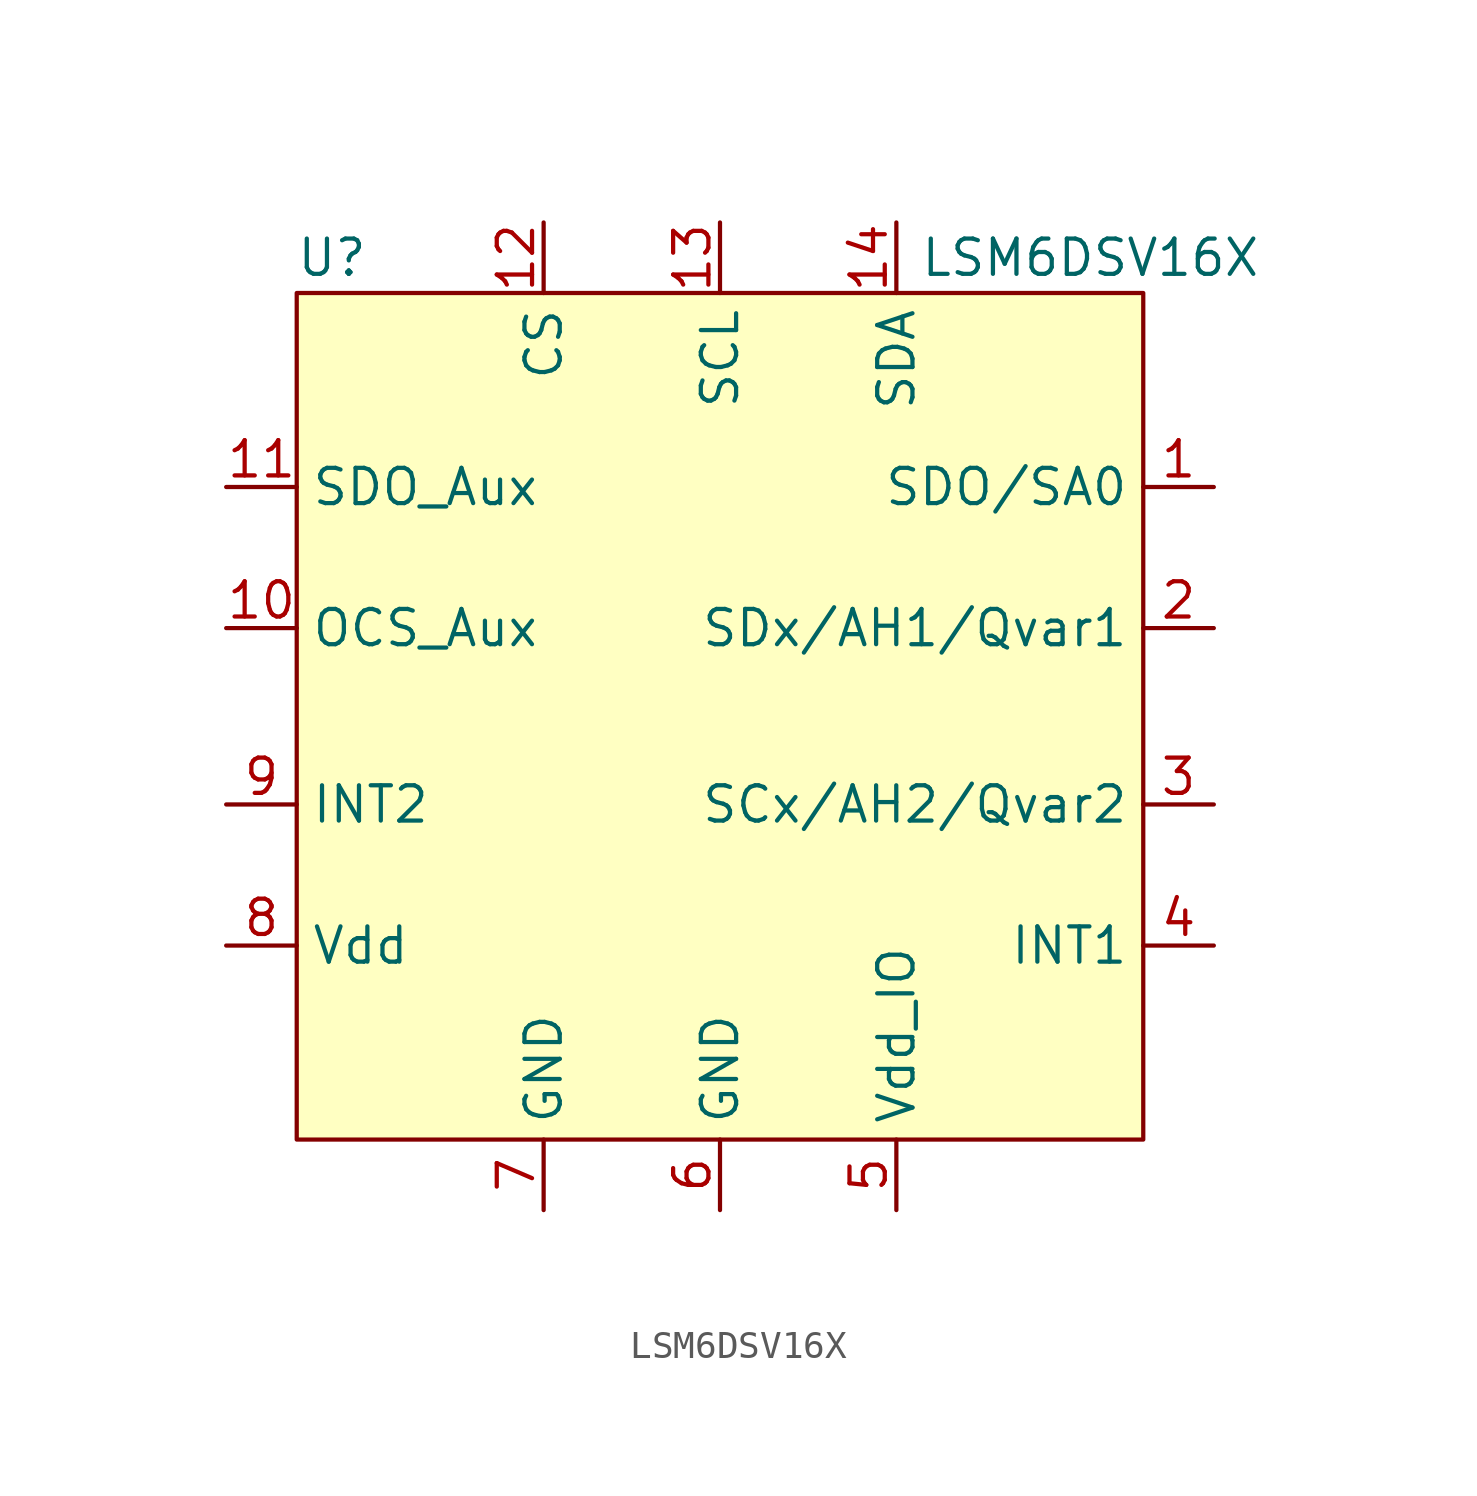
<source format=kicad_sym>
(kicad_symbol_lib
  (version 20220914)
  (generator kicad_symbol_editor)
  (symbol "LSM6DSV16X"
    (property "Reference" "U"
      (at -13.97 16.51 0)
      (effects (font (size 1.27 1.27))))
    (property "Value" "LSM6DSV16X"
      (at 13.335 16.51 0)
      (effects (font (size 1.27 1.27))))
    (symbol "LSM6DSV16X_1_1"
      (rectangle (start -15.24 15.24) (end 15.24 -15.24) (stroke (width 0) (type default)) (fill (type background)))
      (pin bidirectional line (at 17.78 8.255 180) (length 2.54) (name "SDO/SA0" (effects (font (size 1.27 1.27)))) (number "1" (effects (font (size 1.27 1.27)))))
      (pin input line (at -17.78 3.175 0) (length 2.54) (name "OCS_Aux" (effects (font (size 1.27 1.27)))) (number "10" (effects (font (size 1.27 1.27)))))
      (pin output line (at -17.78 8.255 0) (length 2.54) (name "SDO_Aux" (effects (font (size 1.27 1.27)))) (number "11" (effects (font (size 1.27 1.27)))))
      (pin input line (at -6.35 17.78 270) (length 2.54) (name "CS" (effects (font (size 1.27 1.27)))) (number "12" (effects (font (size 1.27 1.27)))))
      (pin input line (at 0 17.78 270) (length 2.54) (name "SCL" (effects (font (size 1.27 1.27)))) (number "13" (effects (font (size 1.27 1.27)))))
      (pin bidirectional line (at 6.35 17.78 270) (length 2.54) (name "SDA" (effects (font (size 1.27 1.27)))) (number "14" (effects (font (size 1.27 1.27)))))
      (pin bidirectional line (at 17.78 3.175 180) (length 2.54) (name "SDx/AH1/Qvar1" (effects (font (size 1.27 1.27)))) (number "2" (effects (font (size 1.27 1.27)))))
      (pin output line (at 17.78 -3.175 180) (length 2.54) (name "SCx/AH2/Qvar2" (effects (font (size 1.27 1.27)))) (number "3" (effects (font (size 1.27 1.27)))))
      (pin output line (at 17.78 -8.255 180) (length 2.54) (name "INT1" (effects (font (size 1.27 1.27)))) (number "4" (effects (font (size 1.27 1.27)))))
      (pin power_in line (at 6.35 -17.78 90) (length 2.54) (name "Vdd_IO" (effects (font (size 1.27 1.27)))) (number "5" (effects (font (size 1.27 1.27)))))
      (pin power_in line (at 0 -17.78 90) (length 2.54) (name "GND" (effects (font (size 1.27 1.27)))) (number "6" (effects (font (size 1.27 1.27)))))
      (pin power_in line (at -6.35 -17.78 90) (length 2.54) (name "GND" (effects (font (size 1.27 1.27)))) (number "7" (effects (font (size 1.27 1.27)))))
      (pin power_in line (at -17.78 -8.255 0) (length 2.54) (name "Vdd" (effects (font (size 1.27 1.27)))) (number "8" (effects (font (size 1.27 1.27)))))
      (pin output line (at -17.78 -3.175 0) (length 2.54) (name "INT2" (effects (font (size 1.27 1.27)))) (number "9" (effects (font (size 1.27 1.27))))))))
</source>
